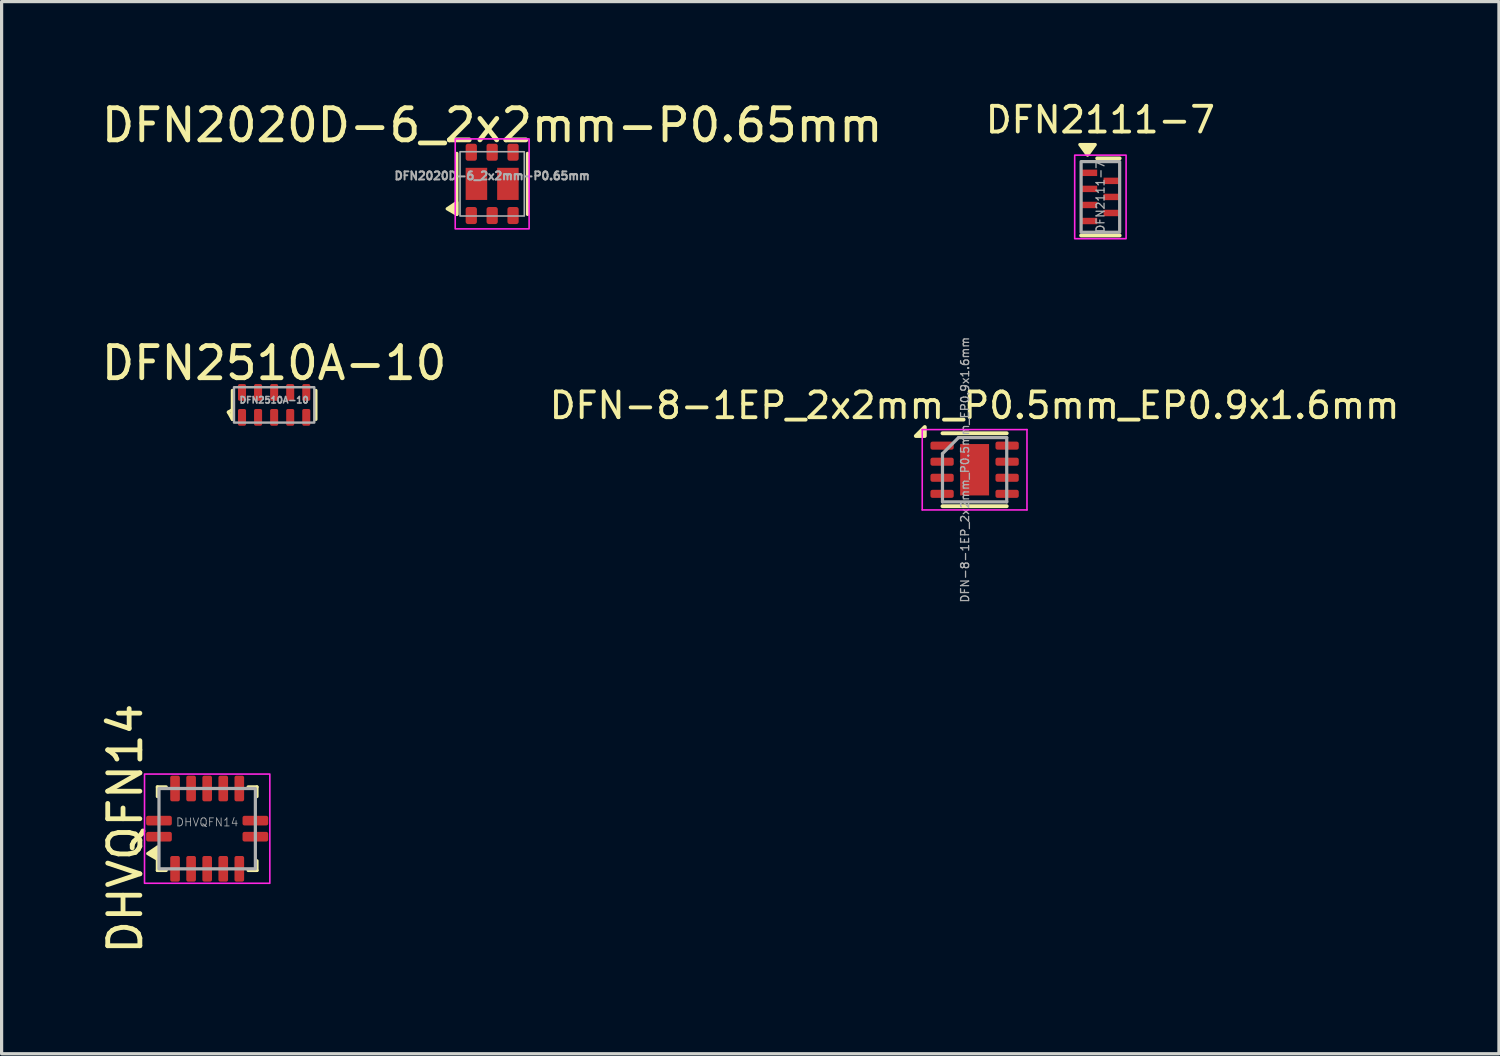
<source format=kicad_pcb>
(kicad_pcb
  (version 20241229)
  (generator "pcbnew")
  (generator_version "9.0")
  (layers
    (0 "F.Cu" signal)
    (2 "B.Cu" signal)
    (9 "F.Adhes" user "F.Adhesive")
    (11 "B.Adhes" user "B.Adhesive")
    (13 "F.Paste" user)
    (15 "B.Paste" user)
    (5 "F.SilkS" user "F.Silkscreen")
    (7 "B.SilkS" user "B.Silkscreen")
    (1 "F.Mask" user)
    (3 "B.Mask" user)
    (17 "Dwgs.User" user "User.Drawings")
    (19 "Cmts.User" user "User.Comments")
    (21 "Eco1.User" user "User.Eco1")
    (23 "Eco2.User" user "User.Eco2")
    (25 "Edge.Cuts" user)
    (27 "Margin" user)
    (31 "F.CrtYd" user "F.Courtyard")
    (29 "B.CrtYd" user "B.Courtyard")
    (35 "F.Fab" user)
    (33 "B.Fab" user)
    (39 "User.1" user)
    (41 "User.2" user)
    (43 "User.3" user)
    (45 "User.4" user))
  (footprint "DFN2020D-6_2x2mm-P0.65mm"
    (layer "F.Cu")
    (at 12.268 2.673)
    (property "Reference" "DFN2020D-6_2x2mm-P0.65mm" (at 0 -1.825 0) (unlocked yes) (layer "F.SilkS") (effects (font (size 1 1) (thickness 0.15))))
    (attr smd)
    (fp_line (start -1.1 0.95) (end -1.1 -0.95) (stroke (width 0.1) (type default)) (layer "F.SilkS"))
    (fp_line (start 1.1 -0.95) (end 1.1 0.95) (stroke (width 0.1) (type default)) (layer "F.SilkS"))
    (fp_poly (pts (xy -1.1 0.95) (xy -1.4 0.775) (xy -1.1 0.575)) (stroke (width 0.1) (type solid)) (fill yes) (layer "F.SilkS"))
    (fp_rect (start -1.15 -1.4) (end 1.15 1.4) (stroke (width 0.05) (type default)) (fill no) (layer "F.CrtYd"))
    (fp_rect (start -1 1) (end 1 -1) (stroke (width 0.05) (type default)) (fill no) (layer "F.Fab"))
    (fp_text user "${REFERENCE}" (at 0 -0.25 0) (unlocked yes) (layer "F.Fab") (effects (font (size 0.25 0.25) (thickness 0.062))))
    (pad "1" smd roundrect (at -0.65 0.985) (size 0.35 0.53) (layers "F.Cu" "F.Mask" "F.Paste") (roundrect_rratio 0.2))
    (pad "2" smd roundrect (at 0 0.985) (size 0.35 0.53) (layers "F.Cu" "F.Mask" "F.Paste") (roundrect_rratio 0.2))
    (pad "3" smd roundrect (at 0.65 0.985) (size 0.35 0.53) (layers "F.Cu" "F.Mask" "F.Paste") (roundrect_rratio 0.2))
    (pad "4" smd roundrect (at 0.65 -0.985) (size 0.35 0.53) (layers "F.Cu" "F.Mask" "F.Paste") (roundrect_rratio 0.2))
    (pad "5" smd roundrect (at 0 -0.985) (size 0.35 0.53) (layers "F.Cu" "F.Mask" "F.Paste") (roundrect_rratio 0.2))
    (pad "6" smd roundrect (at -0.65 -0.985) (size 0.35 0.53) (layers "F.Cu" "F.Mask" "F.Paste") (roundrect_rratio 0.2))
    (pad "7" smd rect (at -0.49 0) (size 0.67 1) (layers "F.Cu" "F.Mask" "F.Paste"))
    (pad "8" smd rect (at 0.49 0) (size 0.67 1) (layers "F.Cu" "F.Mask" "F.Paste")))
  (footprint "DFN-8-1EP_2x2mm_P0.5mm_EP0.9x1.6mm"
    (layer "F.Cu")
    (at 27.283 11.57)
    (property "Reference" "DFN-8-1EP_2x2mm_P0.5mm_EP0.9x1.6mm" (at 0 -2 0) (layer "F.SilkS") (effects (font (size 0.8 0.8) (thickness 0.12))))
    (attr smd)
    (fp_line (start -1 -1.135) (end 1 -1.135) (stroke (width 0.12) (type solid)) (layer "F.SilkS"))
    (fp_line (start -1 1.135) (end 1 1.135) (stroke (width 0.12) (type solid)) (layer "F.SilkS"))
    (fp_poly (pts (xy -1.55 -1.05) (xy -1.83 -1.05) (xy -1.55 -1.33) (xy -1.55 -1.05)) (stroke (width 0.12) (type solid)) (fill yes) (layer "F.SilkS"))
    (fp_line (start -1.63 -1.25) (end -1.63 1.25) (stroke (width 0.05) (type solid)) (layer "F.CrtYd"))
    (fp_line (start -1.63 1.25) (end 1.63 1.25) (stroke (width 0.05) (type solid)) (layer "F.CrtYd"))
    (fp_line (start 1.63 -1.25) (end -1.63 -1.25) (stroke (width 0.05) (type solid)) (layer "F.CrtYd"))
    (fp_line (start 1.63 1.25) (end 1.63 -1.25) (stroke (width 0.05) (type solid)) (layer "F.CrtYd"))
    (fp_line (start -1 -0.5) (end -0.5 -1) (stroke (width 0.1) (type solid)) (layer "F.Fab"))
    (fp_line (start -1 1) (end -1 -0.5) (stroke (width 0.1) (type solid)) (layer "F.Fab"))
    (fp_line (start -0.5 -1) (end 1 -1) (stroke (width 0.1) (type solid)) (layer "F.Fab"))
    (fp_line (start 1 -1) (end 1 1) (stroke (width 0.1) (type solid)) (layer "F.Fab"))
    (fp_line (start 1 1) (end -1 1) (stroke (width 0.1) (type solid)) (layer "F.Fab"))
    (fp_text user "${REFERENCE}" (at -0.3 0 90) (layer "F.Fab") (effects (font (size 0.25 0.25) (thickness 0.04))))
    (pad "" smd roundrect (at 0 0) (size 0.73 1.29) (layers "F.Paste") (roundrect_rratio 0.25))
    (pad "1" smd roundrect (at -1.012 -0.75) (size 0.725 0.25) (layers "F.Cu" "F.Mask" "F.Paste") (roundrect_rratio 0.25))
    (pad "2" smd roundrect (at -1.012 -0.25) (size 0.725 0.25) (layers "F.Cu" "F.Mask" "F.Paste") (roundrect_rratio 0.25))
    (pad "3" smd roundrect (at -1.012 0.25) (size 0.725 0.25) (layers "F.Cu" "F.Mask" "F.Paste") (roundrect_rratio 0.25))
    (pad "4" smd roundrect (at -1.012 0.75) (size 0.725 0.25) (layers "F.Cu" "F.Mask" "F.Paste") (roundrect_rratio 0.25))
    (pad "5" smd roundrect (at 1.012 0.75) (size 0.725 0.25) (layers "F.Cu" "F.Mask" "F.Paste") (roundrect_rratio 0.25))
    (pad "6" smd roundrect (at 1.012 0.25) (size 0.725 0.25) (layers "F.Cu" "F.Mask" "F.Paste") (roundrect_rratio 0.25))
    (pad "7" smd roundrect (at 1.012 -0.25) (size 0.725 0.25) (layers "F.Cu" "F.Mask" "F.Paste") (roundrect_rratio 0.25))
    (pad "8" smd roundrect (at 1.012 -0.75) (size 0.725 0.25) (layers "F.Cu" "F.Mask" "F.Paste") (roundrect_rratio 0.25))
    (pad "9" smd rect (at 0 0) (size 0.9 1.6) (property pad_prop_heatsink) (layers "F.Cu" "F.Mask")))
  (footprint "DHVQFN14"
    (layer "F.Cu")
    (at 3.398 22.741)
    (property "Reference" "DHVQFN14" (at -2.55 0 90) (unlocked yes) (layer "F.SilkS") (effects (font (size 1 1) (thickness 0.15))))
    (attr smd)
    (fp_line (start -1.55 -1.3) (end -1.55 -1) (stroke (width 0.1) (type solid)) (layer "F.SilkS"))
    (fp_line (start -1.55 1.3) (end -1.55 0.575) (stroke (width 0.1) (type solid)) (layer "F.SilkS"))
    (fp_line (start -1.55 1.3) (end -1.275 1.3) (stroke (width 0.1) (type solid)) (layer "F.SilkS"))
    (fp_line (start -1.275 -1.3) (end -1.55 -1.3) (stroke (width 0.1) (type solid)) (layer "F.SilkS"))
    (fp_line (start 1.275 1.3) (end 1.55 1.3) (stroke (width 0.1) (type solid)) (layer "F.SilkS"))
    (fp_line (start 1.55 -1.3) (end 1.275 -1.3) (stroke (width 0.1) (type solid)) (layer "F.SilkS"))
    (fp_line (start 1.55 -1) (end 1.55 -1.3) (stroke (width 0.1) (type solid)) (layer "F.SilkS"))
    (fp_line (start 1.55 1.3) (end 1.55 1) (stroke (width 0.1) (type solid)) (layer "F.SilkS"))
    (fp_poly (pts (xy -1.55 0.95) (xy -1.85 0.775) (xy -1.55 0.575)) (stroke (width 0.1) (type solid)) (fill yes) (layer "F.SilkS"))
    (fp_rect (start -1.95 -1.7) (end 1.95 1.7) (stroke (width 0.05) (type solid)) (fill no) (layer "F.CrtYd"))
    (fp_rect (start -1.5 -1.25) (end 1.5 1.25) (stroke (width 0.1) (type solid)) (fill no) (layer "F.Fab"))
    (fp_text user "${REFERENCE}" (at 0 -0.2 0) (unlocked yes) (layer "F.Fab") (effects (font (size 0.25 0.25) (thickness 0.025))))
    (pad "1" smd roundrect (at -1.5 0.25 270) (size 0.3 0.8) (layers "F.Cu" "F.Mask" "F.Paste") (roundrect_rratio 0.2))
    (pad "2" smd roundrect (at -1 1.25) (size 0.3 0.8) (layers "F.Cu" "F.Mask" "F.Paste") (roundrect_rratio 0.2))
    (pad "3" smd roundrect (at -0.5 1.25) (size 0.3 0.8) (layers "F.Cu" "F.Mask" "F.Paste") (roundrect_rratio 0.2))
    (pad "4" smd roundrect (at 0 1.25) (size 0.3 0.8) (layers "F.Cu" "F.Mask" "F.Paste") (roundrect_rratio 0.2))
    (pad "5" smd roundrect (at 0.5 1.25) (size 0.3 0.8) (layers "F.Cu" "F.Mask" "F.Paste") (roundrect_rratio 0.2))
    (pad "6" smd roundrect (at 1 1.25) (size 0.3 0.8) (layers "F.Cu" "F.Mask" "F.Paste") (roundrect_rratio 0.2))
    (pad "7" smd roundrect (at 1.5 0.25 90) (size 0.3 0.8) (layers "F.Cu" "F.Mask" "F.Paste") (roundrect_rratio 0.2))
    (pad "8" smd roundrect (at 1.5 -0.25 90) (size 0.3 0.8) (layers "F.Cu" "F.Mask" "F.Paste") (roundrect_rratio 0.2))
    (pad "9" smd roundrect (at 1 -1.25 180) (size 0.3 0.8) (layers "F.Cu" "F.Mask" "F.Paste") (roundrect_rratio 0.2))
    (pad "10" smd roundrect (at 0.5 -1.25 180) (size 0.3 0.8) (layers "F.Cu" "F.Mask" "F.Paste") (roundrect_rratio 0.2))
    (pad "11" smd roundrect (at 0 -1.25 180) (size 0.3 0.8) (layers "F.Cu" "F.Mask" "F.Paste") (roundrect_rratio 0.2))
    (pad "12" smd roundrect (at -0.5 -1.25 180) (size 0.3 0.8) (layers "F.Cu" "F.Mask" "F.Paste") (roundrect_rratio 0.2))
    (pad "13" smd roundrect (at -1 -1.25 180) (size 0.3 0.8) (layers "F.Cu" "F.Mask" "F.Paste") (roundrect_rratio 0.2))
    (pad "14" smd roundrect (at -1.5 -0.25 270) (size 0.3 0.8) (layers "F.Cu" "F.Mask" "F.Paste") (roundrect_rratio 0.2)))
  (footprint "DFN2510A-10"
    (layer "F.Cu")
    (at 5.482 9.552)
    (property "Reference" "DFN2510A-10" (at 0 -1.3 0) (unlocked yes) (layer "F.SilkS") (effects (font (size 1 1) (thickness 0.15))))
    (attr smd)
    (fp_line (start -1.425 0.225) (end -1.3 0.15) (stroke (width 0.1) (type solid)) (layer "F.SilkS"))
    (fp_line (start -1.3 -0.45) (end -1.3 0.45) (stroke (width 0.1) (type solid)) (layer "F.SilkS"))
    (fp_line (start -1.3 0.45) (end -1.425 0.225) (stroke (width 0.1) (type solid)) (layer "F.SilkS"))
    (fp_line (start 1.3 -0.45) (end 1.3 0.45) (stroke (width 0.1) (type solid)) (layer "F.SilkS"))
    (fp_rect (start -1.25 -0.55) (end 1.25 0.55) (stroke (width 0.075) (type solid)) (fill no) (layer "F.Fab"))
    (fp_text user "${REFERENCE}" (at 0 -0.15 0) (unlocked yes) (layer "F.Fab") (effects (font (size 0.2 0.2) (thickness 0.05))))
    (pad "1" smd roundrect (at -1 0.388) (size 0.25 0.52) (layers "F.Cu" "F.Mask" "F.Paste") (roundrect_rratio 0.2))
    (pad "2" smd roundrect (at -0.5 0.388) (size 0.25 0.52) (layers "F.Cu" "F.Mask" "F.Paste") (roundrect_rratio 0.2))
    (pad "3" smd roundrect (at 0 0.388) (size 0.25 0.52) (layers "F.Cu" "F.Mask" "F.Paste") (roundrect_rratio 0.2))
    (pad "4" smd roundrect (at 0.5 0.388) (size 0.25 0.52) (layers "F.Cu" "F.Mask" "F.Paste") (roundrect_rratio 0.2))
    (pad "5" smd roundrect (at 1 0.388) (size 0.25 0.52) (layers "F.Cu" "F.Mask" "F.Paste") (roundrect_rratio 0.2))
    (pad "6" smd roundrect (at 1 -0.388) (size 0.25 0.52) (layers "F.Cu" "F.Mask" "F.Paste") (roundrect_rratio 0.2))
    (pad "7" smd roundrect (at 0.5 -0.388) (size 0.25 0.52) (layers "F.Cu" "F.Mask" "F.Paste") (roundrect_rratio 0.2))
    (pad "8" smd roundrect (at 0 -0.388) (size 0.25 0.52) (layers "F.Cu" "F.Mask" "F.Paste") (roundrect_rratio 0.2))
    (pad "9" smd roundrect (at -0.5 -0.388) (size 0.25 0.52) (layers "F.Cu" "F.Mask" "F.Paste") (roundrect_rratio 0.2))
    (pad "10" smd roundrect (at -1 -0.388) (size 0.25 0.52) (layers "F.Cu" "F.Mask" "F.Paste") (roundrect_rratio 0.2)))
  (footprint "DFN2111-7"
    (layer "F.Cu")
    (at 31.198 3.079)
    (property "Reference" "DFN2111-7" (at 0 -2.4 0) (unlocked yes) (layer "F.SilkS") (effects (font (size 0.8 0.8) (thickness 0.12))))
    (attr smd)
    (fp_line (start -0.6 1.2) (end 0.6 1.2) (stroke (width 0.12) (type default)) (layer "F.SilkS"))
    (fp_line (start 0.6 -1.2) (end -0.1 -1.2) (stroke (width 0.12) (type default)) (layer "F.SilkS"))
    (fp_poly (pts (xy -0.4 -1.3) (xy -0.64 -1.63) (xy -0.16 -1.63) (xy -0.4 -1.3)) (stroke (width 0.1) (type solid)) (fill yes) (layer "F.SilkS"))
    (fp_rect (start -0.8 -1.3) (end 0.8 1.3) (stroke (width 0.05) (type default)) (fill no) (layer "F.CrtYd"))
    (fp_rect (start -0.6 -1.1) (end 0.6 1.1) (stroke (width 0.1) (type default)) (fill no) (layer "F.Fab"))
    (fp_text user "${REFERENCE}" (at 0 0 90) (unlocked yes) (layer "F.Fab") (effects (font (size 0.25 0.25) (thickness 0.04))))
    (pad "1" smd rect (at -0.365 -0.75) (size 0.53 0.2) (layers "F.Cu" "F.Mask" "F.Paste"))
    (pad "2" smd rect (at -0.365 -0.25) (size 0.53 0.2) (layers "F.Cu" "F.Mask" "F.Paste"))
    (pad "3" smd rect (at -0.365 0.25) (size 0.53 0.2) (layers "F.Cu" "F.Mask" "F.Paste"))
    (pad "4" smd rect (at -0.365 0.75) (size 0.53 0.2) (layers "F.Cu" "F.Mask" "F.Paste"))
    (pad "5" smd rect (at 0.365 0.5) (size 0.53 0.2) (layers "F.Cu" "F.Mask" "F.Paste"))
    (pad "6" smd rect (at 0.365 0) (size 0.53 0.2) (layers "F.Cu" "F.Mask" "F.Paste"))
    (pad "7" smd rect (at 0.365 -0.5) (size 0.53 0.2) (layers "F.Cu" "F.Mask" "F.Paste")))
  (gr_rect
    (start -3 -3)
    (end 43.602 29.747)
    (stroke (width 0.1) (type default))
    (fill no)
    (layer "Edge.Cuts")))
</source>
